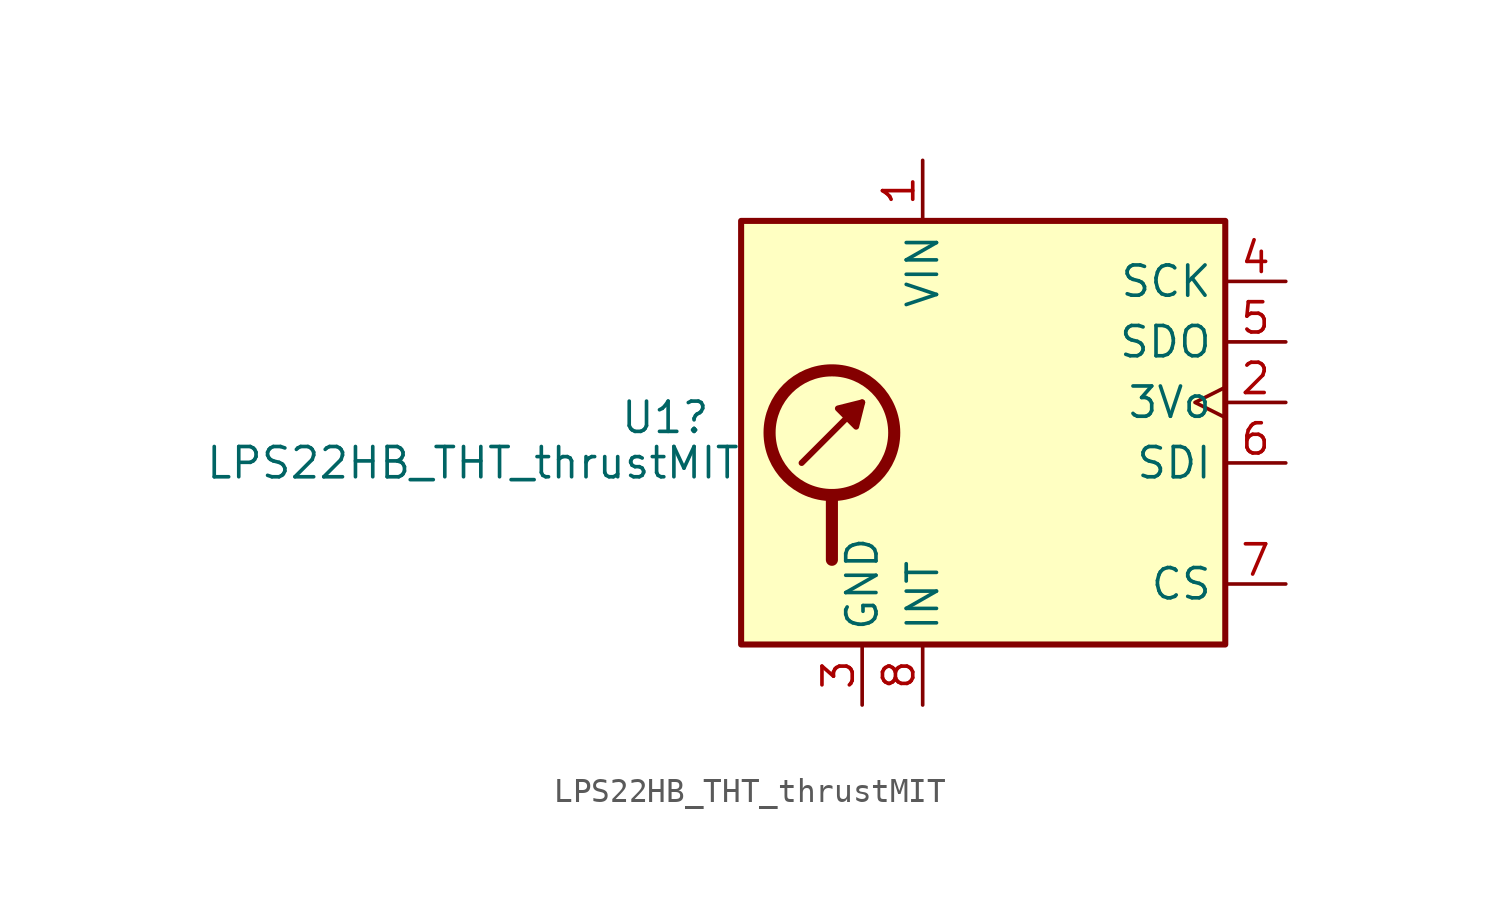
<source format=kicad_sym>
(kicad_symbol_lib
  (version 20231120)
  (generator "kicad_symbol_editor")
  (generator_version "8.0")
  (symbol "LPS22HB_THT_thrustMIT"
    (property "Reference" "U1"
      (at -11.43 1.905 0)
      (effects (font (size 1.27 1.27)) (justify right)))
    (property "Value" "LPS22HB_THT_thrustMIT"
      (at -10.16 0 0)
      (effects (font (size 1.27 1.27)) (justify right)))
    (symbol "LPS22HB_THT_thrustMIT_0_1"
      (rectangle (start -10.16 10.16) (end 10.16 -7.62) (stroke (width 0.254) (type default)) (fill (type background)))
      (circle (center -6.35 1.27) (radius 2.616) (stroke (width 0.508) (type default)) (fill (type none)))
      (polyline (pts (xy -7.62 0) (xy -5.08 2.54)) (stroke (width 0.254) (type default)) (fill (type none)))
      (polyline (pts (xy -6.35 -1.524) (xy -6.35 -4.064)) (stroke (width 0.508) (type default)) (fill (type none)))
      (polyline (pts (xy -5.08 2.54) (xy -5.334 1.524) (xy -6.096 2.286) (xy -5.08 2.54)) (stroke (width 0.254) (type default)) (fill (type outline))))
    (symbol "LPS22HB_THT_thrustMIT_1_1"
      (pin power_in line (at -2.54 12.7 270) (length 2.54) (name "VIN" (effects (font (size 1.27 1.27)))) (number "1" (effects (font (size 1.27 1.27)))))
      (pin power_out clock (at 12.7 2.54 180) (length 2.54) (name "3Vo" (effects (font (size 1.27 1.27)))) (number "2" (effects (font (size 1.27 1.27)))) (alternate "SPC" input clock))
      (pin power_in line (at -5.08 -10.16 90) (length 2.54) (name "GND" (effects (font (size 1.27 1.27)))) (number "3" (effects (font (size 1.27 1.27)))))
      (pin bidirectional line (at 12.7 7.62 180) (length 2.54) (name "SCK" (effects (font (size 1.27 1.27)))) (number "4" (effects (font (size 1.27 1.27)))) (alternate "SDI" input line) (alternate "SDI/SDO" bidirectional line))
      (pin input line (at 12.7 5.08 180) (length 2.54) (name "SDO" (effects (font (size 1.27 1.27)))) (number "5" (effects (font (size 1.27 1.27)))) (alternate "SDO" output line))
      (pin input line (at 12.7 0 180) (length 2.54) (name "SDI" (effects (font (size 1.27 1.27)))) (number "6" (effects (font (size 1.27 1.27)))))
      (pin output line (at 12.7 -5.08 180) (length 2.54) (name "CS" (effects (font (size 1.27 1.27)))) (number "7" (effects (font (size 1.27 1.27)))))
      (pin bidirectional line (at -2.54 -10.16 90) (length 2.54) (name "INT" (effects (font (size 1.27 1.27)))) (number "8" (effects (font (size 1.27 1.27))))))))
</source>
